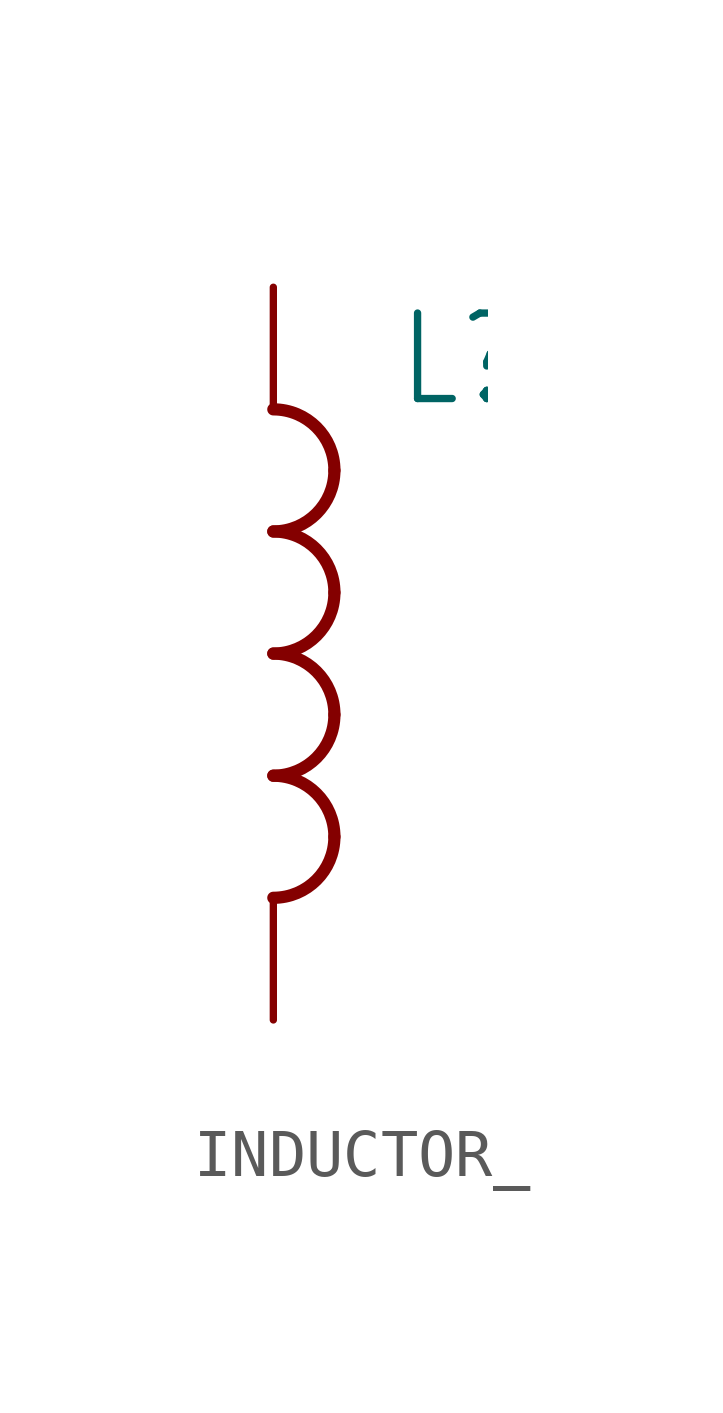
<source format=kicad_sym>
(kicad_symbol_lib
  (version 20220914)
  (generator kicad_symbol_editor)
  (symbol "INDUCTOR_"
    (property "Reference" "L"
      (at 2.54 5.08 0)
      (effects (font (size 1.778 1.511)) (justify left bottom)))
    (property "Value" ""
      (at 2.54 -5.08 0)
      (effects (font (size 1.778 1.511)) (justify left bottom)))
    (property "ki_locked" ""
      (at 0 0 0)
      (effects (font (size 1.27 1.27))))
    (symbol "INDUCTOR__1_0"
      (arc (start 0 -5.08) (mid 0.898 -4.708) (end 1.27 -3.81) (stroke (width 0.254) (type solid)) (fill (type none)))
      (arc (start 0 -2.54) (mid 0.898 -2.168) (end 1.27 -1.27) (stroke (width 0.254) (type solid)) (fill (type none)))
      (arc (start 0 0) (mid 0.898 0.372) (end 1.27 1.27) (stroke (width 0.254) (type solid)) (fill (type none)))
      (arc (start 0 2.54) (mid 0.898 2.912) (end 1.27 3.81) (stroke (width 0.254) (type solid)) (fill (type none)))
      (arc (start 1.27 -3.81) (mid 0.898 -2.912) (end 0 -2.54) (stroke (width 0.254) (type solid)) (fill (type none)))
      (arc (start 1.27 -1.27) (mid 0.898 -0.372) (end 0 0) (stroke (width 0.254) (type solid)) (fill (type none)))
      (arc (start 1.27 1.27) (mid 0.898 2.168) (end 0 2.54) (stroke (width 0.254) (type solid)) (fill (type none)))
      (arc (start 1.27 3.81) (mid 0.898 4.708) (end 0 5.08) (stroke (width 0.254) (type solid)) (fill (type none)))
      (pin passive line (at 0 7.62 270) (length 2.54) (name "1" (effects (font (size 0 0)))) (number "1" (effects (font (size 0 0)))))
      (pin passive line (at 0 -7.62 90) (length 2.54) (name "2" (effects (font (size 0 0)))) (number "2" (effects (font (size 0 0))))))))
</source>
